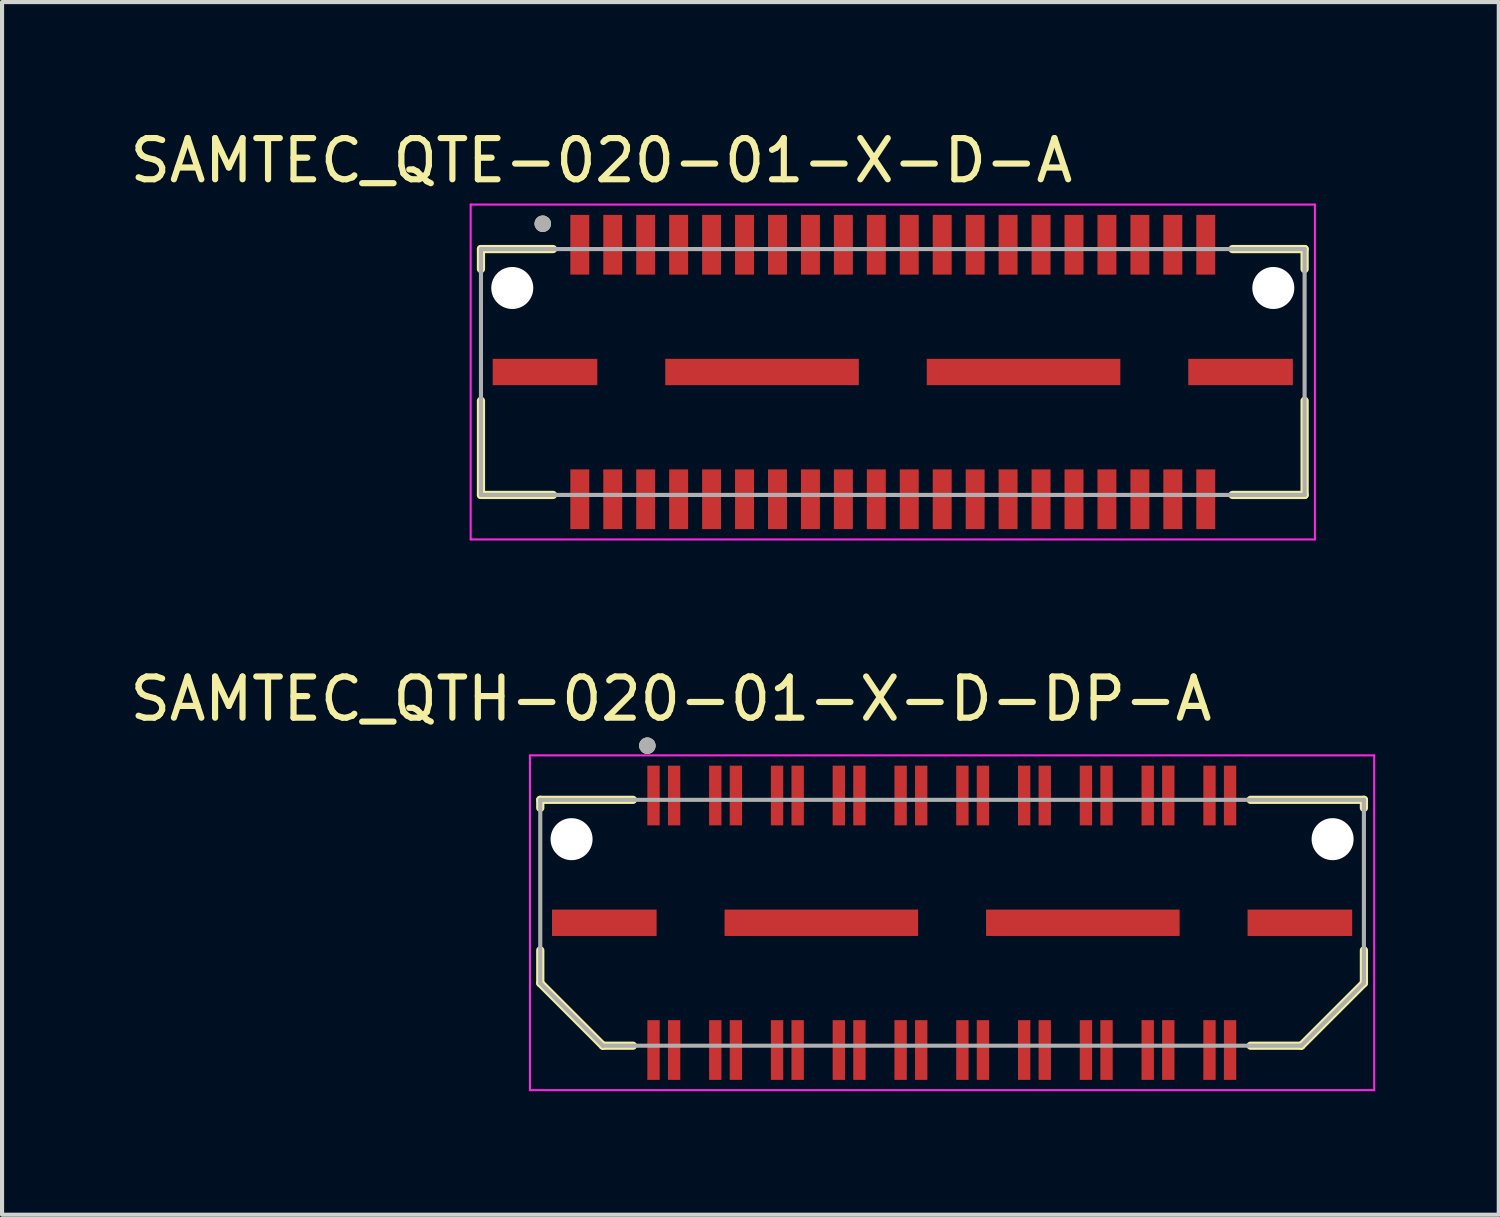
<source format=kicad_pcb>
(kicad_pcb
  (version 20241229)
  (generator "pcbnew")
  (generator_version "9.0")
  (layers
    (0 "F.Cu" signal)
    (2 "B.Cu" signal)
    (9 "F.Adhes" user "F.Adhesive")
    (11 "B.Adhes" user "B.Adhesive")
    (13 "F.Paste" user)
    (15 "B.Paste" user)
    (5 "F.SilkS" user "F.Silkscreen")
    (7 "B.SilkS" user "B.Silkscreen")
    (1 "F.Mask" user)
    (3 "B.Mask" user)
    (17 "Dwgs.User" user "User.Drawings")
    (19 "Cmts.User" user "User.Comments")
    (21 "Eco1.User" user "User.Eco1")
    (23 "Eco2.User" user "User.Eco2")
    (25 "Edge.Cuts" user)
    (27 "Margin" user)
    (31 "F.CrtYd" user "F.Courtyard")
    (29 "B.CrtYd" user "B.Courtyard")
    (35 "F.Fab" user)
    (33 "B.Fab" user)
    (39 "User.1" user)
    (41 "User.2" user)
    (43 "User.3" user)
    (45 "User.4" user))
  (footprint "SAMTEC_QTE-020-01-X-D-A"
    (layer "F.Cu")
    (at 18.629 5.983)
    (property "Reference" "SAMTEC_QTE-020-01-X-D-A" (at -7.075 -5.135 0) (layer "F.SilkS") (effects (font (size 1 1) (thickness 0.15))))
    (attr through_hole)
    (fp_line (start -10 -2.985) (end -10 -2.5) (stroke (width 0.2) (type solid)) (layer "F.SilkS"))
    (fp_line (start -10 0.7) (end -10 2.985) (stroke (width 0.2) (type solid)) (layer "F.SilkS"))
    (fp_line (start -10 2.985) (end -8.25 2.985) (stroke (width 0.2) (type solid)) (layer "F.SilkS"))
    (fp_line (start -8.25 -2.985) (end -10 -2.985) (stroke (width 0.2) (type solid)) (layer "F.SilkS"))
    (fp_line (start 8.25 -2.985) (end 10 -2.985) (stroke (width 0.2) (type solid)) (layer "F.SilkS"))
    (fp_line (start 8.25 2.985) (end 10 2.985) (stroke (width 0.2) (type solid)) (layer "F.SilkS"))
    (fp_line (start 10 -2.985) (end 10 -2.5) (stroke (width 0.2) (type solid)) (layer "F.SilkS"))
    (fp_line (start 10 2.985) (end 10 0.7) (stroke (width 0.2) (type solid)) (layer "F.SilkS"))
    (fp_circle (center -8.5 -3.6) (end -8.4 -3.6) (stroke (width 0.2) (type solid)) (fill no) (layer "F.SilkS"))
    (fp_line (start -10.25 -4.065) (end -10.25 4.065) (stroke (width 0.05) (type solid)) (layer "F.CrtYd"))
    (fp_line (start -10.25 4.065) (end 10.25 4.065) (stroke (width 0.05) (type solid)) (layer "F.CrtYd"))
    (fp_line (start 10.25 -4.065) (end -10.25 -4.065) (stroke (width 0.05) (type solid)) (layer "F.CrtYd"))
    (fp_line (start 10.25 4.065) (end 10.25 -4.065) (stroke (width 0.05) (type solid)) (layer "F.CrtYd"))
    (fp_line (start -10 -2.985) (end 10 -2.985) (stroke (width 0.1) (type solid)) (layer "F.Fab"))
    (fp_line (start -10 2.985) (end -10 -2.985) (stroke (width 0.1) (type solid)) (layer "F.Fab"))
    (fp_line (start 10 -2.985) (end 10 2.985) (stroke (width 0.1) (type solid)) (layer "F.Fab"))
    (fp_line (start 10 2.985) (end -10 2.985) (stroke (width 0.1) (type solid)) (layer "F.Fab"))
    (fp_circle (center -8.5 -3.6) (end -8.4 -3.6) (stroke (width 0.2) (type solid)) (fill no) (layer "F.Fab"))
    (pad "" np_thru_hole circle (at -9.24 -2.04) (size 1.02 1.02) (drill 1.02) (layers "*.Cu" "*.Mask"))
    (pad "" np_thru_hole circle (at 9.24 -2.04) (size 1.02 1.02) (drill 1.02) (layers "*.Cu" "*.Mask"))
    (pad "01" smd rect (at -7.6 -3.09) (size 0.46 1.45) (layers "F.Cu" "F.Mask" "F.Paste"))
    (pad "02" smd rect (at -7.6 3.09) (size 0.46 1.45) (layers "F.Cu" "F.Mask" "F.Paste"))
    (pad "03" smd rect (at -6.8 -3.09) (size 0.46 1.45) (layers "F.Cu" "F.Mask" "F.Paste"))
    (pad "04" smd rect (at -6.8 3.09) (size 0.46 1.45) (layers "F.Cu" "F.Mask" "F.Paste"))
    (pad "05" smd rect (at -6 -3.09) (size 0.46 1.45) (layers "F.Cu" "F.Mask" "F.Paste"))
    (pad "06" smd rect (at -6 3.09) (size 0.46 1.45) (layers "F.Cu" "F.Mask" "F.Paste"))
    (pad "07" smd rect (at -5.2 -3.09) (size 0.46 1.45) (layers "F.Cu" "F.Mask" "F.Paste"))
    (pad "08" smd rect (at -5.2 3.09) (size 0.46 1.45) (layers "F.Cu" "F.Mask" "F.Paste"))
    (pad "09" smd rect (at -4.4 -3.09) (size 0.46 1.45) (layers "F.Cu" "F.Mask" "F.Paste"))
    (pad "10" smd rect (at -4.4 3.09) (size 0.46 1.45) (layers "F.Cu" "F.Mask" "F.Paste"))
    (pad "11" smd rect (at -3.6 -3.09) (size 0.46 1.45) (layers "F.Cu" "F.Mask" "F.Paste"))
    (pad "12" smd rect (at -3.6 3.09) (size 0.46 1.45) (layers "F.Cu" "F.Mask" "F.Paste"))
    (pad "13" smd rect (at -2.8 -3.09) (size 0.46 1.45) (layers "F.Cu" "F.Mask" "F.Paste"))
    (pad "14" smd rect (at -2.8 3.09) (size 0.46 1.45) (layers "F.Cu" "F.Mask" "F.Paste"))
    (pad "15" smd rect (at -2 -3.09) (size 0.46 1.45) (layers "F.Cu" "F.Mask" "F.Paste"))
    (pad "16" smd rect (at -2 3.09) (size 0.46 1.45) (layers "F.Cu" "F.Mask" "F.Paste"))
    (pad "17" smd rect (at -1.2 -3.09) (size 0.46 1.45) (layers "F.Cu" "F.Mask" "F.Paste"))
    (pad "18" smd rect (at -1.2 3.09) (size 0.46 1.45) (layers "F.Cu" "F.Mask" "F.Paste"))
    (pad "19" smd rect (at -0.4 -3.09) (size 0.46 1.45) (layers "F.Cu" "F.Mask" "F.Paste"))
    (pad "20" smd rect (at -0.4 3.09) (size 0.46 1.45) (layers "F.Cu" "F.Mask" "F.Paste"))
    (pad "21" smd rect (at 0.4 -3.09) (size 0.46 1.45) (layers "F.Cu" "F.Mask" "F.Paste"))
    (pad "22" smd rect (at 0.4 3.09) (size 0.46 1.45) (layers "F.Cu" "F.Mask" "F.Paste"))
    (pad "23" smd rect (at 1.2 -3.09) (size 0.46 1.45) (layers "F.Cu" "F.Mask" "F.Paste"))
    (pad "24" smd rect (at 1.2 3.09) (size 0.46 1.45) (layers "F.Cu" "F.Mask" "F.Paste"))
    (pad "25" smd rect (at 2 -3.09) (size 0.46 1.45) (layers "F.Cu" "F.Mask" "F.Paste"))
    (pad "26" smd rect (at 2 3.09) (size 0.46 1.45) (layers "F.Cu" "F.Mask" "F.Paste"))
    (pad "27" smd rect (at 2.8 -3.09) (size 0.46 1.45) (layers "F.Cu" "F.Mask" "F.Paste"))
    (pad "28" smd rect (at 2.8 3.09) (size 0.46 1.45) (layers "F.Cu" "F.Mask" "F.Paste"))
    (pad "29" smd rect (at 3.6 -3.09) (size 0.46 1.45) (layers "F.Cu" "F.Mask" "F.Paste"))
    (pad "30" smd rect (at 3.6 3.09) (size 0.46 1.45) (layers "F.Cu" "F.Mask" "F.Paste"))
    (pad "31" smd rect (at 4.4 -3.09) (size 0.46 1.45) (layers "F.Cu" "F.Mask" "F.Paste"))
    (pad "32" smd rect (at 4.4 3.09) (size 0.46 1.45) (layers "F.Cu" "F.Mask" "F.Paste"))
    (pad "33" smd rect (at 5.2 -3.09) (size 0.46 1.45) (layers "F.Cu" "F.Mask" "F.Paste"))
    (pad "34" smd rect (at 5.2 3.09) (size 0.46 1.45) (layers "F.Cu" "F.Mask" "F.Paste"))
    (pad "35" smd rect (at 6 -3.09) (size 0.46 1.45) (layers "F.Cu" "F.Mask" "F.Paste"))
    (pad "36" smd rect (at 6 3.09) (size 0.46 1.45) (layers "F.Cu" "F.Mask" "F.Paste"))
    (pad "37" smd rect (at 6.8 -3.09) (size 0.46 1.45) (layers "F.Cu" "F.Mask" "F.Paste"))
    (pad "38" smd rect (at 6.8 3.09) (size 0.46 1.45) (layers "F.Cu" "F.Mask" "F.Paste"))
    (pad "39" smd rect (at 7.6 -3.09) (size 0.46 1.45) (layers "F.Cu" "F.Mask" "F.Paste"))
    (pad "40" smd rect (at 7.6 3.09) (size 0.46 1.45) (layers "F.Cu" "F.Mask" "F.Paste"))
    (pad "G1" smd rect (at -8.445 0) (size 2.54 0.64) (layers "F.Cu" "F.Mask" "F.Paste"))
    (pad "G2" smd rect (at -3.175 0) (size 4.7 0.64) (layers "F.Cu" "F.Mask" "F.Paste"))
    (pad "G3" smd rect (at 3.175 0) (size 4.7 0.64) (layers "F.Cu" "F.Mask" "F.Paste"))
    (pad "G4" smd rect (at 8.445 0) (size 2.54 0.64) (layers "F.Cu" "F.Mask" "F.Paste")))
  (footprint "SAMTEC_QTH-020-01-X-D-DP-A"
    (layer "F.Cu")
    (at 20.069 19.357)
    (property "Reference" "SAMTEC_QTH-020-01-X-D-DP-A" (at -6.825 -5.435 0) (layer "F.SilkS") (effects (font (size 1 1) (thickness 0.15))))
    (attr through_hole)
    (fp_line (start -10 -2.985) (end -7.75 -2.985) (stroke (width 0.2) (type solid)) (layer "F.SilkS"))
    (fp_line (start -10 -2.79) (end -10 -2.985) (stroke (width 0.2) (type solid)) (layer "F.SilkS"))
    (fp_line (start -10 0.67) (end -10 1.465) (stroke (width 0.2) (type solid)) (layer "F.SilkS"))
    (fp_line (start -10 1.465) (end -8.48 2.985) (stroke (width 0.2) (type solid)) (layer "F.SilkS"))
    (fp_line (start -8.48 2.985) (end -7.75 2.985) (stroke (width 0.2) (type solid)) (layer "F.SilkS"))
    (fp_line (start 8.48 2.985) (end 7.25 2.985) (stroke (width 0.2) (type solid)) (layer "F.SilkS"))
    (fp_line (start 10 -2.985) (end 7.25 -2.985) (stroke (width 0.2) (type solid)) (layer "F.SilkS"))
    (fp_line (start 10 -2.79) (end 10 -2.985) (stroke (width 0.2) (type solid)) (layer "F.SilkS"))
    (fp_line (start 10 0.67) (end 10 1.465) (stroke (width 0.2) (type solid)) (layer "F.SilkS"))
    (fp_line (start 10 1.465) (end 8.48 2.985) (stroke (width 0.2) (type solid)) (layer "F.SilkS"))
    (fp_circle (center -7.4 -4.3) (end -7.3 -4.3) (stroke (width 0.2) (type solid)) (fill no) (layer "F.SilkS"))
    (fp_line (start -10.25 -4.065) (end 10.25 -4.065) (stroke (width 0.05) (type solid)) (layer "F.CrtYd"))
    (fp_line (start -10.25 4.065) (end -10.25 -4.065) (stroke (width 0.05) (type solid)) (layer "F.CrtYd"))
    (fp_line (start 10.25 -4.065) (end 10.25 4.065) (stroke (width 0.05) (type solid)) (layer "F.CrtYd"))
    (fp_line (start 10.25 4.065) (end -10.25 4.065) (stroke (width 0.05) (type solid)) (layer "F.CrtYd"))
    (fp_line (start -10 -2.985) (end 10 -2.985) (stroke (width 0.1) (type solid)) (layer "F.Fab"))
    (fp_line (start -10 1.465) (end -10 -2.985) (stroke (width 0.1) (type solid)) (layer "F.Fab"))
    (fp_line (start -8.48 2.985) (end -10 1.465) (stroke (width 0.1) (type solid)) (layer "F.Fab"))
    (fp_line (start 8.48 2.985) (end -8.48 2.985) (stroke (width 0.1) (type solid)) (layer "F.Fab"))
    (fp_line (start 10 -2.985) (end 10 1.465) (stroke (width 0.1) (type solid)) (layer "F.Fab"))
    (fp_line (start 10 1.465) (end 8.48 2.985) (stroke (width 0.1) (type solid)) (layer "F.Fab"))
    (fp_circle (center -7.4 -4.3) (end -7.3 -4.3) (stroke (width 0.2) (type solid)) (fill no) (layer "F.Fab"))
    (pad "" np_thru_hole circle (at -9.24 -2.03) (size 1.02 1.02) (drill 1.02) (layers "*.Cu" "*.Mask"))
    (pad "" np_thru_hole circle (at 9.24 -2.03) (size 1.02 1.02) (drill 1.02) (layers "*.Cu" "*.Mask"))
    (pad "01" smd rect (at -7.25 -3.09) (size 0.3 1.45) (layers "F.Cu" "F.Mask" "F.Paste"))
    (pad "02" smd rect (at -7.25 3.09) (size 0.3 1.45) (layers "F.Cu" "F.Mask" "F.Paste"))
    (pad "03" smd rect (at -6.75 -3.09) (size 0.3 1.45) (layers "F.Cu" "F.Mask" "F.Paste"))
    (pad "04" smd rect (at -6.75 3.09) (size 0.3 1.45) (layers "F.Cu" "F.Mask" "F.Paste"))
    (pad "05" smd rect (at -5.75 -3.09) (size 0.3 1.45) (layers "F.Cu" "F.Mask" "F.Paste"))
    (pad "06" smd rect (at -5.75 3.09) (size 0.3 1.45) (layers "F.Cu" "F.Mask" "F.Paste"))
    (pad "07" smd rect (at -5.25 -3.09) (size 0.3 1.45) (layers "F.Cu" "F.Mask" "F.Paste"))
    (pad "08" smd rect (at -5.25 3.09) (size 0.3 1.45) (layers "F.Cu" "F.Mask" "F.Paste"))
    (pad "09" smd rect (at -4.25 -3.09) (size 0.3 1.45) (layers "F.Cu" "F.Mask" "F.Paste"))
    (pad "10" smd rect (at -4.25 3.09) (size 0.3 1.45) (layers "F.Cu" "F.Mask" "F.Paste"))
    (pad "11" smd rect (at -3.75 -3.09) (size 0.3 1.45) (layers "F.Cu" "F.Mask" "F.Paste"))
    (pad "12" smd rect (at -3.75 3.09) (size 0.3 1.45) (layers "F.Cu" "F.Mask" "F.Paste"))
    (pad "13" smd rect (at -2.75 -3.09) (size 0.3 1.45) (layers "F.Cu" "F.Mask" "F.Paste"))
    (pad "14" smd rect (at -2.75 3.09) (size 0.3 1.45) (layers "F.Cu" "F.Mask" "F.Paste"))
    (pad "15" smd rect (at -2.25 -3.09) (size 0.3 1.45) (layers "F.Cu" "F.Mask" "F.Paste"))
    (pad "16" smd rect (at -2.25 3.09) (size 0.3 1.45) (layers "F.Cu" "F.Mask" "F.Paste"))
    (pad "17" smd rect (at -1.25 -3.09) (size 0.3 1.45) (layers "F.Cu" "F.Mask" "F.Paste"))
    (pad "18" smd rect (at -1.25 3.09) (size 0.3 1.45) (layers "F.Cu" "F.Mask" "F.Paste"))
    (pad "19" smd rect (at -0.75 -3.09) (size 0.3 1.45) (layers "F.Cu" "F.Mask" "F.Paste"))
    (pad "20" smd rect (at -0.75 3.09) (size 0.3 1.45) (layers "F.Cu" "F.Mask" "F.Paste"))
    (pad "21" smd rect (at 0.25 -3.09) (size 0.3 1.45) (layers "F.Cu" "F.Mask" "F.Paste"))
    (pad "22" smd rect (at 0.25 3.09) (size 0.3 1.45) (layers "F.Cu" "F.Mask" "F.Paste"))
    (pad "23" smd rect (at 0.75 -3.09) (size 0.3 1.45) (layers "F.Cu" "F.Mask" "F.Paste"))
    (pad "24" smd rect (at 0.75 3.09) (size 0.3 1.45) (layers "F.Cu" "F.Mask" "F.Paste"))
    (pad "25" smd rect (at 1.75 -3.09) (size 0.3 1.45) (layers "F.Cu" "F.Mask" "F.Paste"))
    (pad "26" smd rect (at 1.75 3.09) (size 0.3 1.45) (layers "F.Cu" "F.Mask" "F.Paste"))
    (pad "27" smd rect (at 2.25 -3.09) (size 0.3 1.45) (layers "F.Cu" "F.Mask" "F.Paste"))
    (pad "28" smd rect (at 2.25 3.09) (size 0.3 1.45) (layers "F.Cu" "F.Mask" "F.Paste"))
    (pad "29" smd rect (at 3.25 -3.09) (size 0.3 1.45) (layers "F.Cu" "F.Mask" "F.Paste"))
    (pad "30" smd rect (at 3.25 3.09) (size 0.3 1.45) (layers "F.Cu" "F.Mask" "F.Paste"))
    (pad "31" smd rect (at 3.75 -3.09) (size 0.3 1.45) (layers "F.Cu" "F.Mask" "F.Paste"))
    (pad "32" smd rect (at 3.75 3.09) (size 0.3 1.45) (layers "F.Cu" "F.Mask" "F.Paste"))
    (pad "33" smd rect (at 4.75 -3.09) (size 0.3 1.45) (layers "F.Cu" "F.Mask" "F.Paste"))
    (pad "34" smd rect (at 4.75 3.09) (size 0.3 1.45) (layers "F.Cu" "F.Mask" "F.Paste"))
    (pad "35" smd rect (at 5.25 -3.09) (size 0.3 1.45) (layers "F.Cu" "F.Mask" "F.Paste"))
    (pad "36" smd rect (at 5.25 3.09) (size 0.3 1.45) (layers "F.Cu" "F.Mask" "F.Paste"))
    (pad "37" smd rect (at 6.25 -3.09) (size 0.3 1.45) (layers "F.Cu" "F.Mask" "F.Paste"))
    (pad "38" smd rect (at 6.25 3.09) (size 0.3 1.45) (layers "F.Cu" "F.Mask" "F.Paste"))
    (pad "39" smd rect (at 6.75 -3.09) (size 0.3 1.45) (layers "F.Cu" "F.Mask" "F.Paste"))
    (pad "40" smd rect (at 6.75 3.09) (size 0.3 1.45) (layers "F.Cu" "F.Mask" "F.Paste"))
    (pad "G1" smd rect (at -8.445 0) (size 2.54 0.64) (layers "F.Cu" "F.Mask" "F.Paste"))
    (pad "G2" smd rect (at -3.175 0) (size 4.7 0.64) (layers "F.Cu" "F.Mask" "F.Paste"))
    (pad "G3" smd rect (at 3.175 0) (size 4.7 0.64) (layers "F.Cu" "F.Mask" "F.Paste"))
    (pad "G4" smd rect (at 8.445 0) (size 2.54 0.64) (layers "F.Cu" "F.Mask" "F.Paste")))
  (gr_rect
    (start -3 -3)
    (end 33.344 26.447)
    (stroke (width 0.1) (type default))
    (fill no)
    (layer "Edge.Cuts")))
</source>
